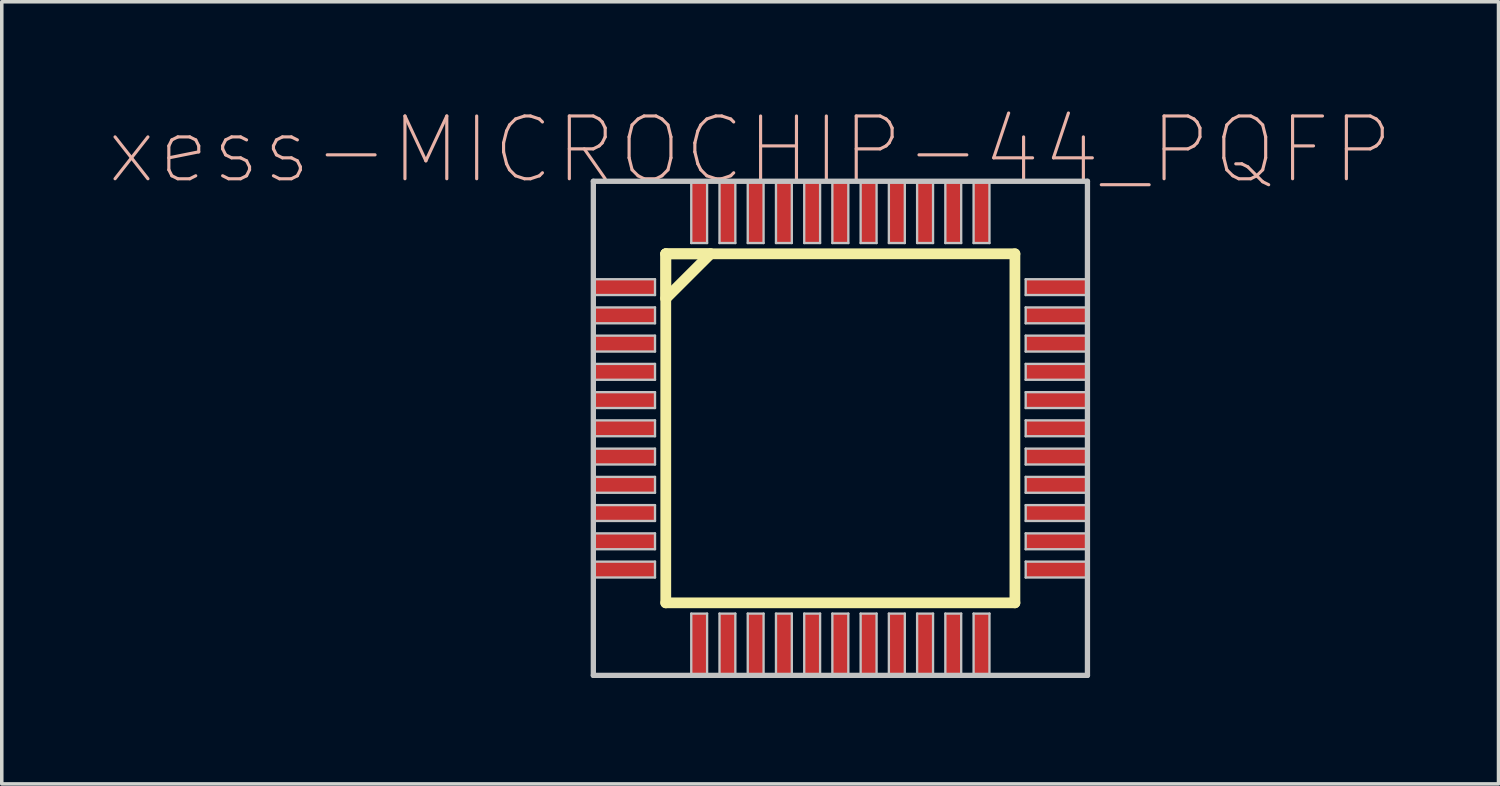
<source format=kicad_pcb>
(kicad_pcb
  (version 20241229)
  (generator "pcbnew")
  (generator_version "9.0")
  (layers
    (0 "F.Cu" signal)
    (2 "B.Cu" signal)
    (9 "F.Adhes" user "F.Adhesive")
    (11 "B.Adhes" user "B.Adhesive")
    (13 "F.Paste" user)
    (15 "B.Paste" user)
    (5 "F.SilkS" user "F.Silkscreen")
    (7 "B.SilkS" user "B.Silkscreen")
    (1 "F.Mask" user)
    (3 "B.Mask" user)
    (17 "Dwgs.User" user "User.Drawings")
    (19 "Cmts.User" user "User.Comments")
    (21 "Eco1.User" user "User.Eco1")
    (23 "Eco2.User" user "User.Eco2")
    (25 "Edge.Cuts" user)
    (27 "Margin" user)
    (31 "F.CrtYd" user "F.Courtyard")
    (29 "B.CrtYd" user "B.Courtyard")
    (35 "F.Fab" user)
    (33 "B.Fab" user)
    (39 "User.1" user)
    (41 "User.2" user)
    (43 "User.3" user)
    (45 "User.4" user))
  (footprint "xess-MICROCHIP-44_PQFP"
    (layer "F.Cu")
    (at 15.133 5.085)
    (property "Reference" "xess-MICROCHIP-44_PQFP" (at 3.068 -3.889 0) (layer "B.SilkS") (effects (font (size 1.778 1.778) (thickness 0.089))))
    (attr smd)
    (fp_line (start 0.678 -0.945) (end 0.678 0.323) (stroke (width 0.305) (type solid)) (layer "F.SilkS"))
    (fp_line (start 0.678 -0.945) (end 0.678 8.943) (stroke (width 0.305) (type solid)) (layer "F.SilkS"))
    (fp_line (start 0.678 0.323) (end 1.948 -0.945) (stroke (width 0.305) (type solid)) (layer "F.SilkS"))
    (fp_line (start 0.678 8.943) (end 10.569 8.943) (stroke (width 0.305) (type solid)) (layer "F.SilkS"))
    (fp_line (start 1.948 -0.945) (end 0.678 -0.945) (stroke (width 0.305) (type solid)) (layer "F.SilkS"))
    (fp_line (start 10.569 -0.945) (end 0.678 -0.945) (stroke (width 0.305) (type solid)) (layer "F.SilkS"))
    (fp_line (start 10.569 8.943) (end 10.569 -0.945) (stroke (width 0.305) (type solid)) (layer "F.SilkS"))
    (fp_line (start -1.374 -3) (end -1.374 10.998) (stroke (width 0.15) (type solid)) (layer "Dwgs.User"))
    (fp_line (start -1.374 -0.224) (end 0.373 -0.224) (stroke (width 0.066) (type solid)) (layer "Dwgs.User"))
    (fp_line (start -1.374 0.224) (end -1.374 -0.224) (stroke (width 0.066) (type solid)) (layer "Dwgs.User"))
    (fp_line (start -1.374 0.224) (end 0.373 0.224) (stroke (width 0.066) (type solid)) (layer "Dwgs.User"))
    (fp_line (start -1.374 0.574) (end 0.373 0.574) (stroke (width 0.066) (type solid)) (layer "Dwgs.User"))
    (fp_line (start -1.374 1.024) (end -1.374 0.574) (stroke (width 0.066) (type solid)) (layer "Dwgs.User"))
    (fp_line (start -1.374 1.024) (end 0.373 1.024) (stroke (width 0.066) (type solid)) (layer "Dwgs.User"))
    (fp_line (start -1.374 1.374) (end 0.373 1.374) (stroke (width 0.066) (type solid)) (layer "Dwgs.User"))
    (fp_line (start -1.374 1.824) (end -1.374 1.374) (stroke (width 0.066) (type solid)) (layer "Dwgs.User"))
    (fp_line (start -1.374 1.824) (end 0.373 1.824) (stroke (width 0.066) (type solid)) (layer "Dwgs.User"))
    (fp_line (start -1.374 2.174) (end 0.373 2.174) (stroke (width 0.066) (type solid)) (layer "Dwgs.User"))
    (fp_line (start -1.374 2.624) (end -1.374 2.174) (stroke (width 0.066) (type solid)) (layer "Dwgs.User"))
    (fp_line (start -1.374 2.624) (end 0.373 2.624) (stroke (width 0.066) (type solid)) (layer "Dwgs.User"))
    (fp_line (start -1.374 2.974) (end 0.373 2.974) (stroke (width 0.066) (type solid)) (layer "Dwgs.User"))
    (fp_line (start -1.374 3.424) (end -1.374 2.974) (stroke (width 0.066) (type solid)) (layer "Dwgs.User"))
    (fp_line (start -1.374 3.424) (end 0.373 3.424) (stroke (width 0.066) (type solid)) (layer "Dwgs.User"))
    (fp_line (start -1.374 3.774) (end 0.373 3.774) (stroke (width 0.066) (type solid)) (layer "Dwgs.User"))
    (fp_line (start -1.374 4.224) (end -1.374 3.774) (stroke (width 0.066) (type solid)) (layer "Dwgs.User"))
    (fp_line (start -1.374 4.224) (end 0.373 4.224) (stroke (width 0.066) (type solid)) (layer "Dwgs.User"))
    (fp_line (start -1.374 4.575) (end 0.373 4.575) (stroke (width 0.066) (type solid)) (layer "Dwgs.User"))
    (fp_line (start -1.374 5.024) (end -1.374 4.575) (stroke (width 0.066) (type solid)) (layer "Dwgs.User"))
    (fp_line (start -1.374 5.024) (end 0.373 5.024) (stroke (width 0.066) (type solid)) (layer "Dwgs.User"))
    (fp_line (start -1.374 5.375) (end 0.373 5.375) (stroke (width 0.066) (type solid)) (layer "Dwgs.User"))
    (fp_line (start -1.374 5.824) (end -1.374 5.375) (stroke (width 0.066) (type solid)) (layer "Dwgs.User"))
    (fp_line (start -1.374 5.824) (end 0.373 5.824) (stroke (width 0.066) (type solid)) (layer "Dwgs.User"))
    (fp_line (start -1.374 6.175) (end 0.373 6.175) (stroke (width 0.066) (type solid)) (layer "Dwgs.User"))
    (fp_line (start -1.374 6.624) (end -1.374 6.175) (stroke (width 0.066) (type solid)) (layer "Dwgs.User"))
    (fp_line (start -1.374 6.624) (end 0.373 6.624) (stroke (width 0.066) (type solid)) (layer "Dwgs.User"))
    (fp_line (start -1.374 6.975) (end 0.373 6.975) (stroke (width 0.066) (type solid)) (layer "Dwgs.User"))
    (fp_line (start -1.374 7.424) (end -1.374 6.975) (stroke (width 0.066) (type solid)) (layer "Dwgs.User"))
    (fp_line (start -1.374 7.424) (end 0.373 7.424) (stroke (width 0.066) (type solid)) (layer "Dwgs.User"))
    (fp_line (start -1.374 7.775) (end 0.373 7.775) (stroke (width 0.066) (type solid)) (layer "Dwgs.User"))
    (fp_line (start -1.374 8.225) (end -1.374 7.775) (stroke (width 0.066) (type solid)) (layer "Dwgs.User"))
    (fp_line (start -1.374 8.225) (end 0.373 8.225) (stroke (width 0.066) (type solid)) (layer "Dwgs.User"))
    (fp_line (start -1.374 10.998) (end 12.624 10.998) (stroke (width 0.15) (type solid)) (layer "Dwgs.User"))
    (fp_line (start 0.373 0.224) (end 0.373 -0.224) (stroke (width 0.066) (type solid)) (layer "Dwgs.User"))
    (fp_line (start 0.373 1.024) (end 0.373 0.574) (stroke (width 0.066) (type solid)) (layer "Dwgs.User"))
    (fp_line (start 0.373 1.824) (end 0.373 1.374) (stroke (width 0.066) (type solid)) (layer "Dwgs.User"))
    (fp_line (start 0.373 2.624) (end 0.373 2.174) (stroke (width 0.066) (type solid)) (layer "Dwgs.User"))
    (fp_line (start 0.373 3.424) (end 0.373 2.974) (stroke (width 0.066) (type solid)) (layer "Dwgs.User"))
    (fp_line (start 0.373 4.224) (end 0.373 3.774) (stroke (width 0.066) (type solid)) (layer "Dwgs.User"))
    (fp_line (start 0.373 5.024) (end 0.373 4.575) (stroke (width 0.066) (type solid)) (layer "Dwgs.User"))
    (fp_line (start 0.373 5.824) (end 0.373 5.375) (stroke (width 0.066) (type solid)) (layer "Dwgs.User"))
    (fp_line (start 0.373 6.624) (end 0.373 6.175) (stroke (width 0.066) (type solid)) (layer "Dwgs.User"))
    (fp_line (start 0.373 7.424) (end 0.373 6.975) (stroke (width 0.066) (type solid)) (layer "Dwgs.User"))
    (fp_line (start 0.373 8.225) (end 0.373 7.775) (stroke (width 0.066) (type solid)) (layer "Dwgs.User"))
    (fp_line (start 1.4 -3) (end 1.849 -3) (stroke (width 0.066) (type solid)) (layer "Dwgs.User"))
    (fp_line (start 1.4 -1.25) (end 1.4 -3) (stroke (width 0.066) (type solid)) (layer "Dwgs.User"))
    (fp_line (start 1.4 -1.25) (end 1.849 -1.25) (stroke (width 0.066) (type solid)) (layer "Dwgs.User"))
    (fp_line (start 1.4 9.248) (end 1.849 9.248) (stroke (width 0.066) (type solid)) (layer "Dwgs.User"))
    (fp_line (start 1.4 10.998) (end 1.4 9.248) (stroke (width 0.066) (type solid)) (layer "Dwgs.User"))
    (fp_line (start 1.4 10.998) (end 1.849 10.998) (stroke (width 0.066) (type solid)) (layer "Dwgs.User"))
    (fp_line (start 1.849 -1.25) (end 1.849 -3) (stroke (width 0.066) (type solid)) (layer "Dwgs.User"))
    (fp_line (start 1.849 10.998) (end 1.849 9.248) (stroke (width 0.066) (type solid)) (layer "Dwgs.User"))
    (fp_line (start 2.2 -3) (end 2.649 -3) (stroke (width 0.066) (type solid)) (layer "Dwgs.User"))
    (fp_line (start 2.2 -1.25) (end 2.2 -3) (stroke (width 0.066) (type solid)) (layer "Dwgs.User"))
    (fp_line (start 2.2 -1.25) (end 2.649 -1.25) (stroke (width 0.066) (type solid)) (layer "Dwgs.User"))
    (fp_line (start 2.2 9.248) (end 2.649 9.248) (stroke (width 0.066) (type solid)) (layer "Dwgs.User"))
    (fp_line (start 2.2 10.998) (end 2.2 9.248) (stroke (width 0.066) (type solid)) (layer "Dwgs.User"))
    (fp_line (start 2.2 10.998) (end 2.649 10.998) (stroke (width 0.066) (type solid)) (layer "Dwgs.User"))
    (fp_line (start 2.649 -1.25) (end 2.649 -3) (stroke (width 0.066) (type solid)) (layer "Dwgs.User"))
    (fp_line (start 2.649 10.998) (end 2.649 9.248) (stroke (width 0.066) (type solid)) (layer "Dwgs.User"))
    (fp_line (start 3 -3) (end 3.449 -3) (stroke (width 0.066) (type solid)) (layer "Dwgs.User"))
    (fp_line (start 3 -1.25) (end 3 -3) (stroke (width 0.066) (type solid)) (layer "Dwgs.User"))
    (fp_line (start 3 -1.25) (end 3.449 -1.25) (stroke (width 0.066) (type solid)) (layer "Dwgs.User"))
    (fp_line (start 3 9.248) (end 3.449 9.248) (stroke (width 0.066) (type solid)) (layer "Dwgs.User"))
    (fp_line (start 3 10.998) (end 3 9.248) (stroke (width 0.066) (type solid)) (layer "Dwgs.User"))
    (fp_line (start 3 10.998) (end 3.449 10.998) (stroke (width 0.066) (type solid)) (layer "Dwgs.User"))
    (fp_line (start 3.449 -1.25) (end 3.449 -3) (stroke (width 0.066) (type solid)) (layer "Dwgs.User"))
    (fp_line (start 3.449 10.998) (end 3.449 9.248) (stroke (width 0.066) (type solid)) (layer "Dwgs.User"))
    (fp_line (start 3.8 -3) (end 4.249 -3) (stroke (width 0.066) (type solid)) (layer "Dwgs.User"))
    (fp_line (start 3.8 -1.25) (end 3.8 -3) (stroke (width 0.066) (type solid)) (layer "Dwgs.User"))
    (fp_line (start 3.8 -1.25) (end 4.249 -1.25) (stroke (width 0.066) (type solid)) (layer "Dwgs.User"))
    (fp_line (start 3.8 9.248) (end 4.249 9.248) (stroke (width 0.066) (type solid)) (layer "Dwgs.User"))
    (fp_line (start 3.8 10.998) (end 3.8 9.248) (stroke (width 0.066) (type solid)) (layer "Dwgs.User"))
    (fp_line (start 3.8 10.998) (end 4.249 10.998) (stroke (width 0.066) (type solid)) (layer "Dwgs.User"))
    (fp_line (start 4.249 -1.25) (end 4.249 -3) (stroke (width 0.066) (type solid)) (layer "Dwgs.User"))
    (fp_line (start 4.249 10.998) (end 4.249 9.248) (stroke (width 0.066) (type solid)) (layer "Dwgs.User"))
    (fp_line (start 4.6 -3) (end 5.05 -3) (stroke (width 0.066) (type solid)) (layer "Dwgs.User"))
    (fp_line (start 4.6 -1.25) (end 4.6 -3) (stroke (width 0.066) (type solid)) (layer "Dwgs.User"))
    (fp_line (start 4.6 -1.25) (end 5.05 -1.25) (stroke (width 0.066) (type solid)) (layer "Dwgs.User"))
    (fp_line (start 4.6 9.248) (end 5.05 9.248) (stroke (width 0.066) (type solid)) (layer "Dwgs.User"))
    (fp_line (start 4.6 10.998) (end 4.6 9.248) (stroke (width 0.066) (type solid)) (layer "Dwgs.User"))
    (fp_line (start 4.6 10.998) (end 5.05 10.998) (stroke (width 0.066) (type solid)) (layer "Dwgs.User"))
    (fp_line (start 5.05 -1.25) (end 5.05 -3) (stroke (width 0.066) (type solid)) (layer "Dwgs.User"))
    (fp_line (start 5.05 10.998) (end 5.05 9.248) (stroke (width 0.066) (type solid)) (layer "Dwgs.User"))
    (fp_line (start 5.397 -3) (end 5.85 -3) (stroke (width 0.066) (type solid)) (layer "Dwgs.User"))
    (fp_line (start 5.397 -1.25) (end 5.397 -3) (stroke (width 0.066) (type solid)) (layer "Dwgs.User"))
    (fp_line (start 5.397 -1.25) (end 5.85 -1.25) (stroke (width 0.066) (type solid)) (layer "Dwgs.User"))
    (fp_line (start 5.397 9.248) (end 5.85 9.248) (stroke (width 0.066) (type solid)) (layer "Dwgs.User"))
    (fp_line (start 5.397 10.998) (end 5.397 9.248) (stroke (width 0.066) (type solid)) (layer "Dwgs.User"))
    (fp_line (start 5.397 10.998) (end 5.85 10.998) (stroke (width 0.066) (type solid)) (layer "Dwgs.User"))
    (fp_line (start 5.85 -1.25) (end 5.85 -3) (stroke (width 0.066) (type solid)) (layer "Dwgs.User"))
    (fp_line (start 5.85 10.998) (end 5.85 9.248) (stroke (width 0.066) (type solid)) (layer "Dwgs.User"))
    (fp_line (start 6.198 -3) (end 6.65 -3) (stroke (width 0.066) (type solid)) (layer "Dwgs.User"))
    (fp_line (start 6.198 -1.25) (end 6.198 -3) (stroke (width 0.066) (type solid)) (layer "Dwgs.User"))
    (fp_line (start 6.198 -1.25) (end 6.65 -1.25) (stroke (width 0.066) (type solid)) (layer "Dwgs.User"))
    (fp_line (start 6.198 9.248) (end 6.65 9.248) (stroke (width 0.066) (type solid)) (layer "Dwgs.User"))
    (fp_line (start 6.198 10.998) (end 6.198 9.248) (stroke (width 0.066) (type solid)) (layer "Dwgs.User"))
    (fp_line (start 6.198 10.998) (end 6.65 10.998) (stroke (width 0.066) (type solid)) (layer "Dwgs.User"))
    (fp_line (start 6.65 -1.25) (end 6.65 -3) (stroke (width 0.066) (type solid)) (layer "Dwgs.User"))
    (fp_line (start 6.65 10.998) (end 6.65 9.248) (stroke (width 0.066) (type solid)) (layer "Dwgs.User"))
    (fp_line (start 6.998 -3) (end 7.45 -3) (stroke (width 0.066) (type solid)) (layer "Dwgs.User"))
    (fp_line (start 6.998 -1.25) (end 6.998 -3) (stroke (width 0.066) (type solid)) (layer "Dwgs.User"))
    (fp_line (start 6.998 -1.25) (end 7.45 -1.25) (stroke (width 0.066) (type solid)) (layer "Dwgs.User"))
    (fp_line (start 6.998 9.248) (end 7.45 9.248) (stroke (width 0.066) (type solid)) (layer "Dwgs.User"))
    (fp_line (start 6.998 10.998) (end 6.998 9.248) (stroke (width 0.066) (type solid)) (layer "Dwgs.User"))
    (fp_line (start 6.998 10.998) (end 7.45 10.998) (stroke (width 0.066) (type solid)) (layer "Dwgs.User"))
    (fp_line (start 7.45 -1.25) (end 7.45 -3) (stroke (width 0.066) (type solid)) (layer "Dwgs.User"))
    (fp_line (start 7.45 10.998) (end 7.45 9.248) (stroke (width 0.066) (type solid)) (layer "Dwgs.User"))
    (fp_line (start 7.798 -3) (end 8.25 -3) (stroke (width 0.066) (type solid)) (layer "Dwgs.User"))
    (fp_line (start 7.798 -1.25) (end 7.798 -3) (stroke (width 0.066) (type solid)) (layer "Dwgs.User"))
    (fp_line (start 7.798 -1.25) (end 8.25 -1.25) (stroke (width 0.066) (type solid)) (layer "Dwgs.User"))
    (fp_line (start 7.798 9.248) (end 8.25 9.248) (stroke (width 0.066) (type solid)) (layer "Dwgs.User"))
    (fp_line (start 7.798 10.998) (end 7.798 9.248) (stroke (width 0.066) (type solid)) (layer "Dwgs.User"))
    (fp_line (start 7.798 10.998) (end 8.25 10.998) (stroke (width 0.066) (type solid)) (layer "Dwgs.User"))
    (fp_line (start 8.25 -1.25) (end 8.25 -3) (stroke (width 0.066) (type solid)) (layer "Dwgs.User"))
    (fp_line (start 8.25 10.998) (end 8.25 9.248) (stroke (width 0.066) (type solid)) (layer "Dwgs.User"))
    (fp_line (start 8.598 -3) (end 9.047 -3) (stroke (width 0.066) (type solid)) (layer "Dwgs.User"))
    (fp_line (start 8.598 -1.25) (end 8.598 -3) (stroke (width 0.066) (type solid)) (layer "Dwgs.User"))
    (fp_line (start 8.598 -1.25) (end 9.047 -1.25) (stroke (width 0.066) (type solid)) (layer "Dwgs.User"))
    (fp_line (start 8.598 9.248) (end 9.047 9.248) (stroke (width 0.066) (type solid)) (layer "Dwgs.User"))
    (fp_line (start 8.598 10.998) (end 8.598 9.248) (stroke (width 0.066) (type solid)) (layer "Dwgs.User"))
    (fp_line (start 8.598 10.998) (end 9.047 10.998) (stroke (width 0.066) (type solid)) (layer "Dwgs.User"))
    (fp_line (start 9.047 -1.25) (end 9.047 -3) (stroke (width 0.066) (type solid)) (layer "Dwgs.User"))
    (fp_line (start 9.047 10.998) (end 9.047 9.248) (stroke (width 0.066) (type solid)) (layer "Dwgs.User"))
    (fp_line (start 9.398 -3) (end 9.848 -3) (stroke (width 0.066) (type solid)) (layer "Dwgs.User"))
    (fp_line (start 9.398 -1.25) (end 9.398 -3) (stroke (width 0.066) (type solid)) (layer "Dwgs.User"))
    (fp_line (start 9.398 -1.25) (end 9.848 -1.25) (stroke (width 0.066) (type solid)) (layer "Dwgs.User"))
    (fp_line (start 9.398 9.248) (end 9.848 9.248) (stroke (width 0.066) (type solid)) (layer "Dwgs.User"))
    (fp_line (start 9.398 10.998) (end 9.398 9.248) (stroke (width 0.066) (type solid)) (layer "Dwgs.User"))
    (fp_line (start 9.398 10.998) (end 9.848 10.998) (stroke (width 0.066) (type solid)) (layer "Dwgs.User"))
    (fp_line (start 9.848 -1.25) (end 9.848 -3) (stroke (width 0.066) (type solid)) (layer "Dwgs.User"))
    (fp_line (start 9.848 10.998) (end 9.848 9.248) (stroke (width 0.066) (type solid)) (layer "Dwgs.User"))
    (fp_line (start 10.874 -0.224) (end 12.624 -0.224) (stroke (width 0.066) (type solid)) (layer "Dwgs.User"))
    (fp_line (start 10.874 0.224) (end 10.874 -0.224) (stroke (width 0.066) (type solid)) (layer "Dwgs.User"))
    (fp_line (start 10.874 0.224) (end 12.624 0.224) (stroke (width 0.066) (type solid)) (layer "Dwgs.User"))
    (fp_line (start 10.874 0.574) (end 12.624 0.574) (stroke (width 0.066) (type solid)) (layer "Dwgs.User"))
    (fp_line (start 10.874 1.024) (end 10.874 0.574) (stroke (width 0.066) (type solid)) (layer "Dwgs.User"))
    (fp_line (start 10.874 1.024) (end 12.624 1.024) (stroke (width 0.066) (type solid)) (layer "Dwgs.User"))
    (fp_line (start 10.874 1.374) (end 12.624 1.374) (stroke (width 0.066) (type solid)) (layer "Dwgs.User"))
    (fp_line (start 10.874 1.824) (end 10.874 1.374) (stroke (width 0.066) (type solid)) (layer "Dwgs.User"))
    (fp_line (start 10.874 1.824) (end 12.624 1.824) (stroke (width 0.066) (type solid)) (layer "Dwgs.User"))
    (fp_line (start 10.874 2.174) (end 12.624 2.174) (stroke (width 0.066) (type solid)) (layer "Dwgs.User"))
    (fp_line (start 10.874 2.624) (end 10.874 2.174) (stroke (width 0.066) (type solid)) (layer "Dwgs.User"))
    (fp_line (start 10.874 2.624) (end 12.624 2.624) (stroke (width 0.066) (type solid)) (layer "Dwgs.User"))
    (fp_line (start 10.874 2.974) (end 12.624 2.974) (stroke (width 0.066) (type solid)) (layer "Dwgs.User"))
    (fp_line (start 10.874 3.424) (end 10.874 2.974) (stroke (width 0.066) (type solid)) (layer "Dwgs.User"))
    (fp_line (start 10.874 3.424) (end 12.624 3.424) (stroke (width 0.066) (type solid)) (layer "Dwgs.User"))
    (fp_line (start 10.874 3.774) (end 12.624 3.774) (stroke (width 0.066) (type solid)) (layer "Dwgs.User"))
    (fp_line (start 10.874 4.224) (end 10.874 3.774) (stroke (width 0.066) (type solid)) (layer "Dwgs.User"))
    (fp_line (start 10.874 4.224) (end 12.624 4.224) (stroke (width 0.066) (type solid)) (layer "Dwgs.User"))
    (fp_line (start 10.874 4.575) (end 12.624 4.575) (stroke (width 0.066) (type solid)) (layer "Dwgs.User"))
    (fp_line (start 10.874 5.024) (end 10.874 4.575) (stroke (width 0.066) (type solid)) (layer "Dwgs.User"))
    (fp_line (start 10.874 5.024) (end 12.624 5.024) (stroke (width 0.066) (type solid)) (layer "Dwgs.User"))
    (fp_line (start 10.874 5.375) (end 12.624 5.375) (stroke (width 0.066) (type solid)) (layer "Dwgs.User"))
    (fp_line (start 10.874 5.824) (end 10.874 5.375) (stroke (width 0.066) (type solid)) (layer "Dwgs.User"))
    (fp_line (start 10.874 5.824) (end 12.624 5.824) (stroke (width 0.066) (type solid)) (layer "Dwgs.User"))
    (fp_line (start 10.874 6.175) (end 12.624 6.175) (stroke (width 0.066) (type solid)) (layer "Dwgs.User"))
    (fp_line (start 10.874 6.624) (end 10.874 6.175) (stroke (width 0.066) (type solid)) (layer "Dwgs.User"))
    (fp_line (start 10.874 6.624) (end 12.624 6.624) (stroke (width 0.066) (type solid)) (layer "Dwgs.User"))
    (fp_line (start 10.874 6.975) (end 12.624 6.975) (stroke (width 0.066) (type solid)) (layer "Dwgs.User"))
    (fp_line (start 10.874 7.424) (end 10.874 6.975) (stroke (width 0.066) (type solid)) (layer "Dwgs.User"))
    (fp_line (start 10.874 7.424) (end 12.624 7.424) (stroke (width 0.066) (type solid)) (layer "Dwgs.User"))
    (fp_line (start 10.874 7.775) (end 12.624 7.775) (stroke (width 0.066) (type solid)) (layer "Dwgs.User"))
    (fp_line (start 10.874 8.225) (end 10.874 7.775) (stroke (width 0.066) (type solid)) (layer "Dwgs.User"))
    (fp_line (start 10.874 8.225) (end 12.624 8.225) (stroke (width 0.066) (type solid)) (layer "Dwgs.User"))
    (fp_line (start 12.624 -3) (end -1.374 -3) (stroke (width 0.15) (type solid)) (layer "Dwgs.User"))
    (fp_line (start 12.624 0.224) (end 12.624 -0.224) (stroke (width 0.066) (type solid)) (layer "Dwgs.User"))
    (fp_line (start 12.624 1.024) (end 12.624 0.574) (stroke (width 0.066) (type solid)) (layer "Dwgs.User"))
    (fp_line (start 12.624 1.824) (end 12.624 1.374) (stroke (width 0.066) (type solid)) (layer "Dwgs.User"))
    (fp_line (start 12.624 2.624) (end 12.624 2.174) (stroke (width 0.066) (type solid)) (layer "Dwgs.User"))
    (fp_line (start 12.624 3.424) (end 12.624 2.974) (stroke (width 0.066) (type solid)) (layer "Dwgs.User"))
    (fp_line (start 12.624 4.224) (end 12.624 3.774) (stroke (width 0.066) (type solid)) (layer "Dwgs.User"))
    (fp_line (start 12.624 5.024) (end 12.624 4.575) (stroke (width 0.066) (type solid)) (layer "Dwgs.User"))
    (fp_line (start 12.624 5.824) (end 12.624 5.375) (stroke (width 0.066) (type solid)) (layer "Dwgs.User"))
    (fp_line (start 12.624 6.624) (end 12.624 6.175) (stroke (width 0.066) (type solid)) (layer "Dwgs.User"))
    (fp_line (start 12.624 7.424) (end 12.624 6.975) (stroke (width 0.066) (type solid)) (layer "Dwgs.User"))
    (fp_line (start 12.624 8.225) (end 12.624 7.775) (stroke (width 0.066) (type solid)) (layer "Dwgs.User"))
    (fp_line (start 12.624 10.998) (end 12.624 -3) (stroke (width 0.15) (type solid)) (layer "Dwgs.User"))
    (pad "1" smd rect (at -0.498 0) (size 1.748 0.45) (layers "F.Cu" "F.Mask" "F.Paste"))
    (pad "2" smd rect (at -0.498 0.798) (size 1.748 0.45) (layers "F.Cu" "F.Mask" "F.Paste"))
    (pad "3" smd rect (at -0.498 1.598) (size 1.748 0.45) (layers "F.Cu" "F.Mask" "F.Paste"))
    (pad "4" smd rect (at -0.498 2.398) (size 1.748 0.45) (layers "F.Cu" "F.Mask" "F.Paste"))
    (pad "5" smd rect (at -0.498 3.198) (size 1.748 0.45) (layers "F.Cu" "F.Mask" "F.Paste"))
    (pad "6" smd rect (at -0.498 3.998) (size 1.748 0.45) (layers "F.Cu" "F.Mask" "F.Paste"))
    (pad "7" smd rect (at -0.498 4.798) (size 1.748 0.45) (layers "F.Cu" "F.Mask" "F.Paste"))
    (pad "8" smd rect (at -0.498 5.598) (size 1.748 0.45) (layers "F.Cu" "F.Mask" "F.Paste"))
    (pad "9" smd rect (at -0.498 6.398) (size 1.748 0.45) (layers "F.Cu" "F.Mask" "F.Paste"))
    (pad "10" smd rect (at -0.498 7.198) (size 1.748 0.45) (layers "F.Cu" "F.Mask" "F.Paste"))
    (pad "11" smd rect (at -0.498 7.998) (size 1.748 0.45) (layers "F.Cu" "F.Mask" "F.Paste"))
    (pad "12" smd rect (at 1.623 10.124) (size 0.45 1.748) (layers "F.Cu" "F.Mask" "F.Paste"))
    (pad "13" smd rect (at 2.423 10.124) (size 0.45 1.748) (layers "F.Cu" "F.Mask" "F.Paste"))
    (pad "14" smd rect (at 3.223 10.124) (size 0.45 1.748) (layers "F.Cu" "F.Mask" "F.Paste"))
    (pad "15" smd rect (at 4.023 10.124) (size 0.45 1.748) (layers "F.Cu" "F.Mask" "F.Paste"))
    (pad "16" smd rect (at 4.823 10.124) (size 0.45 1.748) (layers "F.Cu" "F.Mask" "F.Paste"))
    (pad "17" smd rect (at 5.624 10.124) (size 0.45 1.748) (layers "F.Cu" "F.Mask" "F.Paste"))
    (pad "18" smd rect (at 6.424 10.124) (size 0.45 1.748) (layers "F.Cu" "F.Mask" "F.Paste"))
    (pad "19" smd rect (at 7.224 10.124) (size 0.45 1.748) (layers "F.Cu" "F.Mask" "F.Paste"))
    (pad "20" smd rect (at 8.024 10.124) (size 0.45 1.748) (layers "F.Cu" "F.Mask" "F.Paste"))
    (pad "21" smd rect (at 8.824 10.124) (size 0.45 1.748) (layers "F.Cu" "F.Mask" "F.Paste"))
    (pad "22" smd rect (at 9.624 10.124) (size 0.45 1.748) (layers "F.Cu" "F.Mask" "F.Paste"))
    (pad "23" smd rect (at 11.748 7.998) (size 1.748 0.45) (layers "F.Cu" "F.Mask" "F.Paste"))
    (pad "24" smd rect (at 11.748 7.198) (size 1.748 0.45) (layers "F.Cu" "F.Mask" "F.Paste"))
    (pad "25" smd rect (at 11.748 6.398) (size 1.748 0.45) (layers "F.Cu" "F.Mask" "F.Paste"))
    (pad "26" smd rect (at 11.748 5.598) (size 1.748 0.45) (layers "F.Cu" "F.Mask" "F.Paste"))
    (pad "27" smd rect (at 11.748 4.798) (size 1.748 0.45) (layers "F.Cu" "F.Mask" "F.Paste"))
    (pad "28" smd rect (at 11.748 3.998) (size 1.748 0.45) (layers "F.Cu" "F.Mask" "F.Paste"))
    (pad "29" smd rect (at 11.748 3.198) (size 1.748 0.45) (layers "F.Cu" "F.Mask" "F.Paste"))
    (pad "30" smd rect (at 11.748 2.398) (size 1.748 0.45) (layers "F.Cu" "F.Mask" "F.Paste"))
    (pad "31" smd rect (at 11.748 1.598) (size 1.748 0.45) (layers "F.Cu" "F.Mask" "F.Paste"))
    (pad "32" smd rect (at 11.748 0.798) (size 1.748 0.45) (layers "F.Cu" "F.Mask" "F.Paste"))
    (pad "33" smd rect (at 11.748 0) (size 1.748 0.45) (layers "F.Cu" "F.Mask" "F.Paste"))
    (pad "34" smd rect (at 9.624 -2.123) (size 0.45 1.748) (layers "F.Cu" "F.Mask" "F.Paste"))
    (pad "35" smd rect (at 8.824 -2.123) (size 0.45 1.748) (layers "F.Cu" "F.Mask" "F.Paste"))
    (pad "36" smd rect (at 8.024 -2.123) (size 0.45 1.748) (layers "F.Cu" "F.Mask" "F.Paste"))
    (pad "37" smd rect (at 7.224 -2.123) (size 0.45 1.748) (layers "F.Cu" "F.Mask" "F.Paste"))
    (pad "38" smd rect (at 6.424 -2.123) (size 0.45 1.748) (layers "F.Cu" "F.Mask" "F.Paste"))
    (pad "39" smd rect (at 5.624 -2.123) (size 0.45 1.748) (layers "F.Cu" "F.Mask" "F.Paste"))
    (pad "40" smd rect (at 4.823 -2.123) (size 0.45 1.748) (layers "F.Cu" "F.Mask" "F.Paste"))
    (pad "41" smd rect (at 4.023 -2.123) (size 0.45 1.748) (layers "F.Cu" "F.Mask" "F.Paste"))
    (pad "42" smd rect (at 3.223 -2.123) (size 0.45 1.748) (layers "F.Cu" "F.Mask" "F.Paste"))
    (pad "43" smd rect (at 2.423 -2.123) (size 0.45 1.748) (layers "F.Cu" "F.Mask" "F.Paste"))
    (pad "44" smd rect (at 1.623 -2.123) (size 0.45 1.748) (layers "F.Cu" "F.Mask" "F.Paste")))
  (gr_rect
    (start -3 -3)
    (end 39.402 19.158)
    (stroke (width 0.1) (type default))
    (fill no)
    (layer "Edge.Cuts")))
</source>
